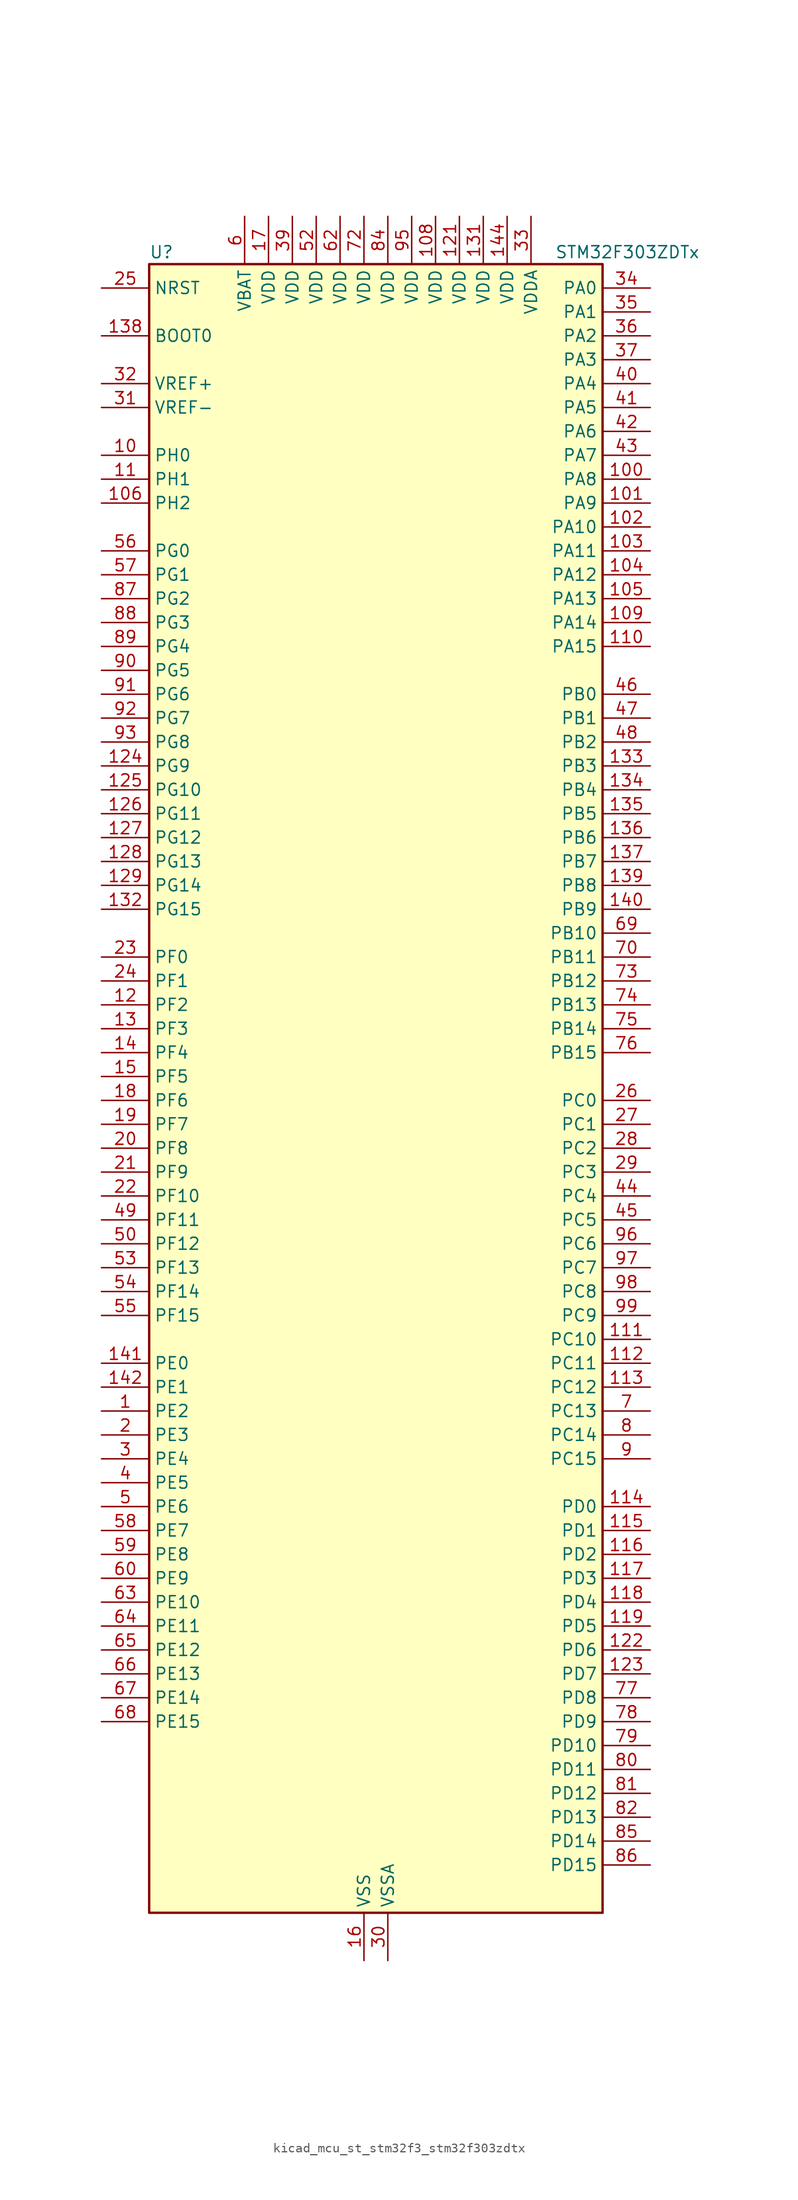
<source format=kicad_sym>
(kicad_symbol_lib
  (version 20220914)
  (generator kicad_symbol_editor)
  (symbol "kicad_mcu_st_stm32f3_stm32f303zdtx"
    (property "Reference" "U"
      (at -22.86 90.17 0)
      (effects (font (size 1.27 1.27)) (justify left)))
    (property "Value" "STM32F303ZDTx"
      (at 20.32 90.17 0)
      (effects (font (size 1.27 1.27)) (justify left)))
    (property "ki_locked" ""
      (at 0 0 0)
      (effects (font (size 1.27 1.27))))
    (symbol "kicad_mcu_st_stm32f3_stm32f303zdtx_0_1"
      (rectangle (start -22.86 -86.36) (end 25.4 88.9) (stroke (width 0.254) (type default)) (fill (type background))))
    (symbol "kicad_mcu_st_stm32f3_stm32f303zdtx_1_1"
      (pin bidirectional line (at -27.94 -33.02 0) (length 5.08) (name "PE2" (effects (font (size 1.27 1.27)))) (number "1" (effects (font (size 1.27 1.27)))) (alternate "ADC3_EXTI2" bidirectional line) (alternate "ADC4_EXTI2" bidirectional line) (alternate "FMC_A23" bidirectional line) (alternate "SPI4_SCK" bidirectional line) (alternate "SYS_TRACECK" bidirectional line) (alternate "TIM20_CH1" bidirectional line) (alternate "TIM3_CH1" bidirectional line) (alternate "TSC_G7_IO1" bidirectional line))
      (pin bidirectional line (at -27.94 68.58 0) (length 5.08) (name "PH0" (effects (font (size 1.27 1.27)))) (number "10" (effects (font (size 1.27 1.27)))) (alternate "FMC_A0" bidirectional line) (alternate "TIM20_CH1" bidirectional line))
      (pin bidirectional line (at 30.48 66.04 180) (length 5.08) (name "PA8" (effects (font (size 1.27 1.27)))) (number "100" (effects (font (size 1.27 1.27)))) (alternate "COMP3_OUT" bidirectional line) (alternate "I2C2_SMBA" bidirectional line) (alternate "I2C3_SCL" bidirectional line) (alternate "I2S2_MCK" bidirectional line) (alternate "RCC_MCO" bidirectional line) (alternate "TIM1_CH1" bidirectional line) (alternate "TIM4_ETR" bidirectional line) (alternate "USART1_CK" bidirectional line))
      (pin bidirectional line (at 30.48 63.5 180) (length 5.08) (name "PA9" (effects (font (size 1.27 1.27)))) (number "101" (effects (font (size 1.27 1.27)))) (alternate "COMP5_OUT" bidirectional line) (alternate "DAC1_EXTI9" bidirectional line) (alternate "I2C2_SCL" bidirectional line) (alternate "I2C3_SMBA" bidirectional line) (alternate "I2S3_MCK" bidirectional line) (alternate "TIM15_BKIN" bidirectional line) (alternate "TIM1_CH2" bidirectional line) (alternate "TIM2_CH3" bidirectional line) (alternate "TSC_G4_IO1" bidirectional line) (alternate "USART1_TX" bidirectional line))
      (pin bidirectional line (at 30.48 60.96 180) (length 5.08) (name "PA10" (effects (font (size 1.27 1.27)))) (number "102" (effects (font (size 1.27 1.27)))) (alternate "COMP6_OUT" bidirectional line) (alternate "I2C2_SDA" bidirectional line) (alternate "I2S2_ext_SD" bidirectional line) (alternate "SPI2_MISO" bidirectional line) (alternate "TIM17_BKIN" bidirectional line) (alternate "TIM1_CH3" bidirectional line) (alternate "TIM2_CH4" bidirectional line) (alternate "TIM8_BKIN" bidirectional line) (alternate "TSC_G4_IO2" bidirectional line) (alternate "USART1_RX" bidirectional line))
      (pin bidirectional line (at 30.48 58.42 180) (length 5.08) (name "PA11" (effects (font (size 1.27 1.27)))) (number "103" (effects (font (size 1.27 1.27)))) (alternate "ADC1_EXTI11" bidirectional line) (alternate "ADC2_EXTI11" bidirectional line) (alternate "CAN_RX" bidirectional line) (alternate "COMP1_OUT" bidirectional line) (alternate "I2S2_SD" bidirectional line) (alternate "SPI2_MOSI" bidirectional line) (alternate "TIM1_BKIN2" bidirectional line) (alternate "TIM1_CH1N" bidirectional line) (alternate "TIM1_CH4" bidirectional line) (alternate "TIM4_CH1" bidirectional line) (alternate "USART1_CTS" bidirectional line) (alternate "USB_DM" bidirectional line))
      (pin bidirectional line (at 30.48 55.88 180) (length 5.08) (name "PA12" (effects (font (size 1.27 1.27)))) (number "104" (effects (font (size 1.27 1.27)))) (alternate "CAN_TX" bidirectional line) (alternate "COMP2_OUT" bidirectional line) (alternate "I2S_CKIN" bidirectional line) (alternate "TIM16_CH1" bidirectional line) (alternate "TIM1_CH2N" bidirectional line) (alternate "TIM1_ETR" bidirectional line) (alternate "TIM4_CH2" bidirectional line) (alternate "USART1_DE" bidirectional line) (alternate "USART1_RTS" bidirectional line) (alternate "USB_DP" bidirectional line))
      (pin bidirectional line (at 30.48 53.34 180) (length 5.08) (name "PA13" (effects (font (size 1.27 1.27)))) (number "105" (effects (font (size 1.27 1.27)))) (alternate "IR_OUT" bidirectional line) (alternate "SYS_JTMS-SWDIO" bidirectional line) (alternate "TIM16_CH1N" bidirectional line) (alternate "TIM4_CH3" bidirectional line) (alternate "TSC_G4_IO3" bidirectional line) (alternate "USART3_CTS" bidirectional line))
      (pin bidirectional line (at -27.94 63.5 0) (length 5.08) (name "PH2" (effects (font (size 1.27 1.27)))) (number "106" (effects (font (size 1.27 1.27)))) (alternate "ADC3_EXTI2" bidirectional line) (alternate "ADC4_EXTI2" bidirectional line))
      (pin passive line (at 0 -91.44 90) (length 5.08) hide (name "VSS" (effects (font (size 1.27 1.27)))) (number "107" (effects (font (size 1.27 1.27)))))
      (pin power_in line (at 7.62 93.98 270) (length 5.08) (name "VDD" (effects (font (size 1.27 1.27)))) (number "108" (effects (font (size 1.27 1.27)))))
      (pin bidirectional line (at 30.48 50.8 180) (length 5.08) (name "PA14" (effects (font (size 1.27 1.27)))) (number "109" (effects (font (size 1.27 1.27)))) (alternate "I2C1_SDA" bidirectional line) (alternate "SYS_JTCK-SWCLK" bidirectional line) (alternate "TIM1_BKIN" bidirectional line) (alternate "TIM8_CH2" bidirectional line) (alternate "TSC_G4_IO4" bidirectional line) (alternate "USART2_TX" bidirectional line))
      (pin bidirectional line (at -27.94 66.04 0) (length 5.08) (name "PH1" (effects (font (size 1.27 1.27)))) (number "11" (effects (font (size 1.27 1.27)))) (alternate "FMC_A1" bidirectional line) (alternate "TIM20_CH2" bidirectional line))
      (pin bidirectional line (at 30.48 48.26 180) (length 5.08) (name "PA15" (effects (font (size 1.27 1.27)))) (number "110" (effects (font (size 1.27 1.27)))) (alternate "ADC1_EXTI15" bidirectional line) (alternate "ADC2_EXTI15" bidirectional line) (alternate "ADC3_EXTI15" bidirectional line) (alternate "ADC4_EXTI15" bidirectional line) (alternate "I2C1_SCL" bidirectional line) (alternate "I2S3_WS" bidirectional line) (alternate "SPI1_NSS" bidirectional line) (alternate "SPI3_NSS" bidirectional line) (alternate "SYS_JTDI" bidirectional line) (alternate "TIM1_BKIN" bidirectional line) (alternate "TIM2_CH1" bidirectional line) (alternate "TIM2_ETR" bidirectional line) (alternate "TIM8_CH1" bidirectional line) (alternate "TSC_SYNC" bidirectional line) (alternate "USART2_RX" bidirectional line))
      (pin bidirectional line (at 30.48 -25.4 180) (length 5.08) (name "PC10" (effects (font (size 1.27 1.27)))) (number "111" (effects (font (size 1.27 1.27)))) (alternate "I2S3_CK" bidirectional line) (alternate "SPI3_SCK" bidirectional line) (alternate "TIM8_CH1N" bidirectional line) (alternate "UART4_TX" bidirectional line) (alternate "USART3_TX" bidirectional line))
      (pin bidirectional line (at 30.48 -27.94 180) (length 5.08) (name "PC11" (effects (font (size 1.27 1.27)))) (number "112" (effects (font (size 1.27 1.27)))) (alternate "ADC1_EXTI11" bidirectional line) (alternate "ADC2_EXTI11" bidirectional line) (alternate "I2S3_ext_SD" bidirectional line) (alternate "SPI3_MISO" bidirectional line) (alternate "TIM8_CH2N" bidirectional line) (alternate "UART4_RX" bidirectional line) (alternate "USART3_RX" bidirectional line))
      (pin bidirectional line (at 30.48 -30.48 180) (length 5.08) (name "PC12" (effects (font (size 1.27 1.27)))) (number "113" (effects (font (size 1.27 1.27)))) (alternate "I2S3_SD" bidirectional line) (alternate "SPI3_MOSI" bidirectional line) (alternate "TIM8_CH3N" bidirectional line) (alternate "UART5_TX" bidirectional line) (alternate "USART3_CK" bidirectional line))
      (pin bidirectional line (at 30.48 -43.18 180) (length 5.08) (name "PD0" (effects (font (size 1.27 1.27)))) (number "114" (effects (font (size 1.27 1.27)))) (alternate "CAN_RX" bidirectional line) (alternate "FMC_D2" bidirectional line) (alternate "FMC_DA2" bidirectional line))
      (pin bidirectional line (at 30.48 -45.72 180) (length 5.08) (name "PD1" (effects (font (size 1.27 1.27)))) (number "115" (effects (font (size 1.27 1.27)))) (alternate "CAN_TX" bidirectional line) (alternate "FMC_D3" bidirectional line) (alternate "FMC_DA3" bidirectional line) (alternate "TIM8_BKIN2" bidirectional line) (alternate "TIM8_CH4" bidirectional line))
      (pin bidirectional line (at 30.48 -48.26 180) (length 5.08) (name "PD2" (effects (font (size 1.27 1.27)))) (number "116" (effects (font (size 1.27 1.27)))) (alternate "ADC3_EXTI2" bidirectional line) (alternate "ADC4_EXTI2" bidirectional line) (alternate "TIM3_ETR" bidirectional line) (alternate "TIM8_BKIN" bidirectional line) (alternate "UART5_RX" bidirectional line))
      (pin bidirectional line (at 30.48 -50.8 180) (length 5.08) (name "PD3" (effects (font (size 1.27 1.27)))) (number "117" (effects (font (size 1.27 1.27)))) (alternate "FMC_CLK" bidirectional line) (alternate "TIM2_CH1" bidirectional line) (alternate "TIM2_ETR" bidirectional line) (alternate "USART2_CTS" bidirectional line))
      (pin bidirectional line (at 30.48 -53.34 180) (length 5.08) (name "PD4" (effects (font (size 1.27 1.27)))) (number "118" (effects (font (size 1.27 1.27)))) (alternate "FMC_NOE" bidirectional line) (alternate "TIM2_CH2" bidirectional line) (alternate "USART2_DE" bidirectional line) (alternate "USART2_RTS" bidirectional line))
      (pin bidirectional line (at 30.48 -55.88 180) (length 5.08) (name "PD5" (effects (font (size 1.27 1.27)))) (number "119" (effects (font (size 1.27 1.27)))) (alternate "FMC_NWE" bidirectional line) (alternate "USART2_TX" bidirectional line))
      (pin bidirectional line (at -27.94 10.16 0) (length 5.08) (name "PF2" (effects (font (size 1.27 1.27)))) (number "12" (effects (font (size 1.27 1.27)))) (alternate "ADC1_IN10" bidirectional line) (alternate "ADC2_IN10" bidirectional line) (alternate "ADC3_EXTI2" bidirectional line) (alternate "ADC4_EXTI2" bidirectional line) (alternate "FMC_A2" bidirectional line) (alternate "TIM20_CH3" bidirectional line))
      (pin passive line (at 0 -91.44 90) (length 5.08) hide (name "VSS" (effects (font (size 1.27 1.27)))) (number "120" (effects (font (size 1.27 1.27)))))
      (pin power_in line (at 10.16 93.98 270) (length 5.08) (name "VDD" (effects (font (size 1.27 1.27)))) (number "121" (effects (font (size 1.27 1.27)))))
      (pin bidirectional line (at 30.48 -58.42 180) (length 5.08) (name "PD6" (effects (font (size 1.27 1.27)))) (number "122" (effects (font (size 1.27 1.27)))) (alternate "FMC_NWAIT" bidirectional line) (alternate "TIM2_CH4" bidirectional line) (alternate "USART2_RX" bidirectional line))
      (pin bidirectional line (at 30.48 -60.96 180) (length 5.08) (name "PD7" (effects (font (size 1.27 1.27)))) (number "123" (effects (font (size 1.27 1.27)))) (alternate "FMC_NCE2" bidirectional line) (alternate "FMC_NE1" bidirectional line) (alternate "TIM2_CH3" bidirectional line) (alternate "USART2_CK" bidirectional line))
      (pin bidirectional line (at -27.94 35.56 0) (length 5.08) (name "PG9" (effects (font (size 1.27 1.27)))) (number "124" (effects (font (size 1.27 1.27)))) (alternate "DAC1_EXTI9" bidirectional line) (alternate "FMC_NCE3" bidirectional line) (alternate "FMC_NE2" bidirectional line))
      (pin bidirectional line (at -27.94 33.02 0) (length 5.08) (name "PG10" (effects (font (size 1.27 1.27)))) (number "125" (effects (font (size 1.27 1.27)))) (alternate "FMC_NCE4_1" bidirectional line) (alternate "FMC_NE3" bidirectional line))
      (pin bidirectional line (at -27.94 30.48 0) (length 5.08) (name "PG11" (effects (font (size 1.27 1.27)))) (number "126" (effects (font (size 1.27 1.27)))) (alternate "ADC1_EXTI11" bidirectional line) (alternate "ADC2_EXTI11" bidirectional line) (alternate "FMC_NCE4_2" bidirectional line))
      (pin bidirectional line (at -27.94 27.94 0) (length 5.08) (name "PG12" (effects (font (size 1.27 1.27)))) (number "127" (effects (font (size 1.27 1.27)))) (alternate "FMC_NE4" bidirectional line))
      (pin bidirectional line (at -27.94 25.4 0) (length 5.08) (name "PG13" (effects (font (size 1.27 1.27)))) (number "128" (effects (font (size 1.27 1.27)))) (alternate "FMC_A24" bidirectional line))
      (pin bidirectional line (at -27.94 22.86 0) (length 5.08) (name "PG14" (effects (font (size 1.27 1.27)))) (number "129" (effects (font (size 1.27 1.27)))) (alternate "FMC_A25" bidirectional line))
      (pin bidirectional line (at -27.94 7.62 0) (length 5.08) (name "PF3" (effects (font (size 1.27 1.27)))) (number "13" (effects (font (size 1.27 1.27)))) (alternate "FMC_A3" bidirectional line) (alternate "TIM20_CH4" bidirectional line))
      (pin passive line (at 0 -91.44 90) (length 5.08) hide (name "VSS" (effects (font (size 1.27 1.27)))) (number "130" (effects (font (size 1.27 1.27)))))
      (pin power_in line (at 12.7 93.98 270) (length 5.08) (name "VDD" (effects (font (size 1.27 1.27)))) (number "131" (effects (font (size 1.27 1.27)))))
      (pin bidirectional line (at -27.94 20.32 0) (length 5.08) (name "PG15" (effects (font (size 1.27 1.27)))) (number "132" (effects (font (size 1.27 1.27)))) (alternate "ADC1_EXTI15" bidirectional line) (alternate "ADC2_EXTI15" bidirectional line) (alternate "ADC3_EXTI15" bidirectional line) (alternate "ADC4_EXTI15" bidirectional line))
      (pin bidirectional line (at 30.48 35.56 180) (length 5.08) (name "PB3" (effects (font (size 1.27 1.27)))) (number "133" (effects (font (size 1.27 1.27)))) (alternate "I2S3_CK" bidirectional line) (alternate "SPI1_SCK" bidirectional line) (alternate "SPI3_SCK" bidirectional line) (alternate "SYS_JTDO-TRACESWO" bidirectional line) (alternate "TIM2_CH2" bidirectional line) (alternate "TIM3_ETR" bidirectional line) (alternate "TIM4_ETR" bidirectional line) (alternate "TIM8_CH1N" bidirectional line) (alternate "TSC_G5_IO1" bidirectional line) (alternate "USART2_TX" bidirectional line))
      (pin bidirectional line (at 30.48 33.02 180) (length 5.08) (name "PB4" (effects (font (size 1.27 1.27)))) (number "134" (effects (font (size 1.27 1.27)))) (alternate "I2S3_ext_SD" bidirectional line) (alternate "SPI1_MISO" bidirectional line) (alternate "SPI3_MISO" bidirectional line) (alternate "SYS_NJTRST" bidirectional line) (alternate "TIM16_CH1" bidirectional line) (alternate "TIM17_BKIN" bidirectional line) (alternate "TIM3_CH1" bidirectional line) (alternate "TIM8_CH2N" bidirectional line) (alternate "TSC_G5_IO2" bidirectional line) (alternate "USART2_RX" bidirectional line))
      (pin bidirectional line (at 30.48 30.48 180) (length 5.08) (name "PB5" (effects (font (size 1.27 1.27)))) (number "135" (effects (font (size 1.27 1.27)))) (alternate "I2C1_SMBA" bidirectional line) (alternate "I2C3_SDA" bidirectional line) (alternate "I2S3_SD" bidirectional line) (alternate "SPI1_MOSI" bidirectional line) (alternate "SPI3_MOSI" bidirectional line) (alternate "TIM16_BKIN" bidirectional line) (alternate "TIM17_CH1" bidirectional line) (alternate "TIM3_CH2" bidirectional line) (alternate "TIM8_CH3N" bidirectional line) (alternate "USART2_CK" bidirectional line))
      (pin bidirectional line (at 30.48 27.94 180) (length 5.08) (name "PB6" (effects (font (size 1.27 1.27)))) (number "136" (effects (font (size 1.27 1.27)))) (alternate "I2C1_SCL" bidirectional line) (alternate "TIM16_CH1N" bidirectional line) (alternate "TIM4_CH1" bidirectional line) (alternate "TIM8_BKIN2" bidirectional line) (alternate "TIM8_CH1" bidirectional line) (alternate "TIM8_ETR" bidirectional line) (alternate "TSC_G5_IO3" bidirectional line) (alternate "USART1_TX" bidirectional line))
      (pin bidirectional line (at 30.48 25.4 180) (length 5.08) (name "PB7" (effects (font (size 1.27 1.27)))) (number "137" (effects (font (size 1.27 1.27)))) (alternate "FMC_NL" bidirectional line) (alternate "I2C1_SDA" bidirectional line) (alternate "TIM17_CH1N" bidirectional line) (alternate "TIM3_CH4" bidirectional line) (alternate "TIM4_CH2" bidirectional line) (alternate "TIM8_BKIN" bidirectional line) (alternate "TSC_G5_IO4" bidirectional line) (alternate "USART1_RX" bidirectional line))
      (pin input line (at -27.94 81.28 0) (length 5.08) (name "BOOT0" (effects (font (size 1.27 1.27)))) (number "138" (effects (font (size 1.27 1.27)))))
      (pin bidirectional line (at 30.48 22.86 180) (length 5.08) (name "PB8" (effects (font (size 1.27 1.27)))) (number "139" (effects (font (size 1.27 1.27)))) (alternate "CAN_RX" bidirectional line) (alternate "COMP1_OUT" bidirectional line) (alternate "I2C1_SCL" bidirectional line) (alternate "TIM16_CH1" bidirectional line) (alternate "TIM1_BKIN" bidirectional line) (alternate "TIM4_CH3" bidirectional line) (alternate "TIM8_CH2" bidirectional line) (alternate "TSC_SYNC" bidirectional line) (alternate "USART3_RX" bidirectional line))
      (pin bidirectional line (at -27.94 5.08 0) (length 5.08) (name "PF4" (effects (font (size 1.27 1.27)))) (number "14" (effects (font (size 1.27 1.27)))) (alternate "ADC1_IN5" bidirectional line) (alternate "COMP1_OUT" bidirectional line) (alternate "FMC_A4" bidirectional line) (alternate "TIM20_CH1N" bidirectional line))
      (pin bidirectional line (at 30.48 20.32 180) (length 5.08) (name "PB9" (effects (font (size 1.27 1.27)))) (number "140" (effects (font (size 1.27 1.27)))) (alternate "CAN_TX" bidirectional line) (alternate "COMP2_OUT" bidirectional line) (alternate "DAC1_EXTI9" bidirectional line) (alternate "I2C1_SDA" bidirectional line) (alternate "IR_OUT" bidirectional line) (alternate "TIM17_CH1" bidirectional line) (alternate "TIM4_CH4" bidirectional line) (alternate "TIM8_CH3" bidirectional line) (alternate "USART3_TX" bidirectional line))
      (pin bidirectional line (at -27.94 -27.94 0) (length 5.08) (name "PE0" (effects (font (size 1.27 1.27)))) (number "141" (effects (font (size 1.27 1.27)))) (alternate "FMC_NBL0" bidirectional line) (alternate "TIM16_CH1" bidirectional line) (alternate "TIM20_ETR" bidirectional line) (alternate "TIM4_ETR" bidirectional line) (alternate "USART1_TX" bidirectional line))
      (pin bidirectional line (at -27.94 -30.48 0) (length 5.08) (name "PE1" (effects (font (size 1.27 1.27)))) (number "142" (effects (font (size 1.27 1.27)))) (alternate "FMC_NBL1" bidirectional line) (alternate "TIM17_CH1" bidirectional line) (alternate "TIM20_CH4" bidirectional line) (alternate "USART1_RX" bidirectional line))
      (pin passive line (at 0 -91.44 90) (length 5.08) hide (name "VSS" (effects (font (size 1.27 1.27)))) (number "143" (effects (font (size 1.27 1.27)))))
      (pin power_in line (at 15.24 93.98 270) (length 5.08) (name "VDD" (effects (font (size 1.27 1.27)))) (number "144" (effects (font (size 1.27 1.27)))))
      (pin bidirectional line (at -27.94 2.54 0) (length 5.08) (name "PF5" (effects (font (size 1.27 1.27)))) (number "15" (effects (font (size 1.27 1.27)))) (alternate "FMC_A5" bidirectional line) (alternate "TIM20_CH2N" bidirectional line))
      (pin power_in line (at 0 -91.44 90) (length 5.08) (name "VSS" (effects (font (size 1.27 1.27)))) (number "16" (effects (font (size 1.27 1.27)))))
      (pin power_in line (at -10.16 93.98 270) (length 5.08) (name "VDD" (effects (font (size 1.27 1.27)))) (number "17" (effects (font (size 1.27 1.27)))))
      (pin bidirectional line (at -27.94 0 0) (length 5.08) (name "PF6" (effects (font (size 1.27 1.27)))) (number "18" (effects (font (size 1.27 1.27)))) (alternate "FMC_NIORD" bidirectional line) (alternate "I2C2_SCL" bidirectional line) (alternate "TIM4_CH4" bidirectional line) (alternate "USART3_DE" bidirectional line) (alternate "USART3_RTS" bidirectional line))
      (pin bidirectional line (at -27.94 -2.54 0) (length 5.08) (name "PF7" (effects (font (size 1.27 1.27)))) (number "19" (effects (font (size 1.27 1.27)))) (alternate "FMC_NREG" bidirectional line) (alternate "TIM20_BKIN" bidirectional line))
      (pin bidirectional line (at -27.94 -35.56 0) (length 5.08) (name "PE3" (effects (font (size 1.27 1.27)))) (number "2" (effects (font (size 1.27 1.27)))) (alternate "FMC_A19" bidirectional line) (alternate "SPI4_NSS" bidirectional line) (alternate "SYS_TRACED0" bidirectional line) (alternate "TIM20_CH2" bidirectional line) (alternate "TIM3_CH2" bidirectional line) (alternate "TSC_G7_IO2" bidirectional line))
      (pin bidirectional line (at -27.94 -5.08 0) (length 5.08) (name "PF8" (effects (font (size 1.27 1.27)))) (number "20" (effects (font (size 1.27 1.27)))) (alternate "FMC_NIOWR" bidirectional line) (alternate "TIM20_BKIN2" bidirectional line))
      (pin bidirectional line (at -27.94 -7.62 0) (length 5.08) (name "PF9" (effects (font (size 1.27 1.27)))) (number "21" (effects (font (size 1.27 1.27)))) (alternate "DAC1_EXTI9" bidirectional line) (alternate "FMC_CD" bidirectional line) (alternate "SPI2_SCK" bidirectional line) (alternate "TIM15_CH1" bidirectional line) (alternate "TIM20_BKIN" bidirectional line))
      (pin bidirectional line (at -27.94 -10.16 0) (length 5.08) (name "PF10" (effects (font (size 1.27 1.27)))) (number "22" (effects (font (size 1.27 1.27)))) (alternate "FMC_INTR" bidirectional line) (alternate "SPI2_SCK" bidirectional line) (alternate "TIM15_CH2" bidirectional line) (alternate "TIM20_BKIN2" bidirectional line))
      (pin bidirectional line (at -27.94 15.24 0) (length 5.08) (name "PF0" (effects (font (size 1.27 1.27)))) (number "23" (effects (font (size 1.27 1.27)))) (alternate "I2C2_SDA" bidirectional line) (alternate "I2S2_WS" bidirectional line) (alternate "RCC_OSC_IN" bidirectional line) (alternate "SPI2_NSS" bidirectional line) (alternate "TIM1_CH3N" bidirectional line))
      (pin bidirectional line (at -27.94 12.7 0) (length 5.08) (name "PF1" (effects (font (size 1.27 1.27)))) (number "24" (effects (font (size 1.27 1.27)))) (alternate "I2C2_SCL" bidirectional line) (alternate "I2S2_CK" bidirectional line) (alternate "RCC_OSC_OUT" bidirectional line) (alternate "SPI2_SCK" bidirectional line))
      (pin input line (at -27.94 86.36 0) (length 5.08) (name "NRST" (effects (font (size 1.27 1.27)))) (number "25" (effects (font (size 1.27 1.27)))))
      (pin bidirectional line (at 30.48 0 180) (length 5.08) (name "PC0" (effects (font (size 1.27 1.27)))) (number "26" (effects (font (size 1.27 1.27)))) (alternate "ADC1_IN6" bidirectional line) (alternate "ADC2_IN6" bidirectional line) (alternate "COMP7_INM" bidirectional line) (alternate "TIM1_CH1" bidirectional line))
      (pin bidirectional line (at 30.48 -2.54 180) (length 5.08) (name "PC1" (effects (font (size 1.27 1.27)))) (number "27" (effects (font (size 1.27 1.27)))) (alternate "ADC1_IN7" bidirectional line) (alternate "ADC2_IN7" bidirectional line) (alternate "COMP7_INP" bidirectional line) (alternate "TIM1_CH2" bidirectional line))
      (pin bidirectional line (at 30.48 -5.08 180) (length 5.08) (name "PC2" (effects (font (size 1.27 1.27)))) (number "28" (effects (font (size 1.27 1.27)))) (alternate "ADC1_IN8" bidirectional line) (alternate "ADC2_IN8" bidirectional line) (alternate "ADC3_EXTI2" bidirectional line) (alternate "ADC4_EXTI2" bidirectional line) (alternate "COMP7_OUT" bidirectional line) (alternate "TIM1_CH3" bidirectional line))
      (pin bidirectional line (at 30.48 -7.62 180) (length 5.08) (name "PC3" (effects (font (size 1.27 1.27)))) (number "29" (effects (font (size 1.27 1.27)))) (alternate "ADC1_IN9" bidirectional line) (alternate "ADC2_IN9" bidirectional line) (alternate "TIM1_BKIN2" bidirectional line) (alternate "TIM1_CH4" bidirectional line))
      (pin bidirectional line (at -27.94 -38.1 0) (length 5.08) (name "PE4" (effects (font (size 1.27 1.27)))) (number "3" (effects (font (size 1.27 1.27)))) (alternate "FMC_A20" bidirectional line) (alternate "SPI4_NSS" bidirectional line) (alternate "SYS_TRACED1" bidirectional line) (alternate "TIM20_CH1N" bidirectional line) (alternate "TIM3_CH3" bidirectional line) (alternate "TSC_G7_IO3" bidirectional line))
      (pin power_in line (at 2.54 -91.44 90) (length 5.08) (name "VSSA" (effects (font (size 1.27 1.27)))) (number "30" (effects (font (size 1.27 1.27)))))
      (pin input line (at -27.94 73.66 0) (length 5.08) (name "VREF-" (effects (font (size 1.27 1.27)))) (number "31" (effects (font (size 1.27 1.27)))))
      (pin input line (at -27.94 76.2 0) (length 5.08) (name "VREF+" (effects (font (size 1.27 1.27)))) (number "32" (effects (font (size 1.27 1.27)))))
      (pin power_in line (at 17.78 93.98 270) (length 5.08) (name "VDDA" (effects (font (size 1.27 1.27)))) (number "33" (effects (font (size 1.27 1.27)))))
      (pin bidirectional line (at 30.48 86.36 180) (length 5.08) (name "PA0" (effects (font (size 1.27 1.27)))) (number "34" (effects (font (size 1.27 1.27)))) (alternate "ADC1_IN1" bidirectional line) (alternate "COMP1_INM" bidirectional line) (alternate "COMP1_OUT" bidirectional line) (alternate "RTC_TAMP2" bidirectional line) (alternate "SYS_WKUP1" bidirectional line) (alternate "TIM2_CH1" bidirectional line) (alternate "TIM2_ETR" bidirectional line) (alternate "TIM8_BKIN" bidirectional line) (alternate "TIM8_ETR" bidirectional line) (alternate "TSC_G1_IO1" bidirectional line) (alternate "USART2_CTS" bidirectional line))
      (pin bidirectional line (at 30.48 83.82 180) (length 5.08) (name "PA1" (effects (font (size 1.27 1.27)))) (number "35" (effects (font (size 1.27 1.27)))) (alternate "ADC1_IN2" bidirectional line) (alternate "COMP1_INP" bidirectional line) (alternate "OPAMP1_VINP" bidirectional line) (alternate "OPAMP1_VINP_SEC" bidirectional line) (alternate "OPAMP3_VINP" bidirectional line) (alternate "OPAMP3_VINP_SEC" bidirectional line) (alternate "RTC_REFIN" bidirectional line) (alternate "TIM15_CH1N" bidirectional line) (alternate "TIM2_CH2" bidirectional line) (alternate "TSC_G1_IO2" bidirectional line) (alternate "USART2_DE" bidirectional line) (alternate "USART2_RTS" bidirectional line))
      (pin bidirectional line (at 30.48 81.28 180) (length 5.08) (name "PA2" (effects (font (size 1.27 1.27)))) (number "36" (effects (font (size 1.27 1.27)))) (alternate "ADC1_IN3" bidirectional line) (alternate "ADC3_EXTI2" bidirectional line) (alternate "ADC4_EXTI2" bidirectional line) (alternate "COMP2_INM" bidirectional line) (alternate "COMP2_OUT" bidirectional line) (alternate "OPAMP1_VOUT" bidirectional line) (alternate "TIM15_CH1" bidirectional line) (alternate "TIM2_CH3" bidirectional line) (alternate "TSC_G1_IO3" bidirectional line) (alternate "USART2_TX" bidirectional line))
      (pin bidirectional line (at 30.48 78.74 180) (length 5.08) (name "PA3" (effects (font (size 1.27 1.27)))) (number "37" (effects (font (size 1.27 1.27)))) (alternate "ADC1_IN4" bidirectional line) (alternate "OPAMP1_VINM" bidirectional line) (alternate "OPAMP1_VINM_SEC" bidirectional line) (alternate "OPAMP1_VINP" bidirectional line) (alternate "OPAMP1_VINP_SEC" bidirectional line) (alternate "TIM15_CH2" bidirectional line) (alternate "TIM2_CH4" bidirectional line) (alternate "TSC_G1_IO4" bidirectional line) (alternate "USART2_RX" bidirectional line))
      (pin passive line (at 0 -91.44 90) (length 5.08) hide (name "VSS" (effects (font (size 1.27 1.27)))) (number "38" (effects (font (size 1.27 1.27)))))
      (pin power_in line (at -7.62 93.98 270) (length 5.08) (name "VDD" (effects (font (size 1.27 1.27)))) (number "39" (effects (font (size 1.27 1.27)))))
      (pin bidirectional line (at -27.94 -40.64 0) (length 5.08) (name "PE5" (effects (font (size 1.27 1.27)))) (number "4" (effects (font (size 1.27 1.27)))) (alternate "FMC_A21" bidirectional line) (alternate "SPI4_MISO" bidirectional line) (alternate "SYS_TRACED2" bidirectional line) (alternate "TIM20_CH2N" bidirectional line) (alternate "TIM3_CH4" bidirectional line) (alternate "TSC_G7_IO4" bidirectional line))
      (pin bidirectional line (at 30.48 76.2 180) (length 5.08) (name "PA4" (effects (font (size 1.27 1.27)))) (number "40" (effects (font (size 1.27 1.27)))) (alternate "ADC2_IN1" bidirectional line) (alternate "COMP1_INM" bidirectional line) (alternate "COMP2_INM" bidirectional line) (alternate "COMP3_INM" bidirectional line) (alternate "COMP4_INM" bidirectional line) (alternate "COMP5_INM" bidirectional line) (alternate "COMP6_INM" bidirectional line) (alternate "COMP7_INM" bidirectional line) (alternate "DAC1_OUT1" bidirectional line) (alternate "I2S3_WS" bidirectional line) (alternate "OPAMP4_VINP" bidirectional line) (alternate "OPAMP4_VINP_SEC" bidirectional line) (alternate "SPI1_NSS" bidirectional line) (alternate "SPI3_NSS" bidirectional line) (alternate "TIM3_CH2" bidirectional line) (alternate "TSC_G2_IO1" bidirectional line) (alternate "USART2_CK" bidirectional line))
      (pin bidirectional line (at 30.48 73.66 180) (length 5.08) (name "PA5" (effects (font (size 1.27 1.27)))) (number "41" (effects (font (size 1.27 1.27)))) (alternate "ADC2_IN2" bidirectional line) (alternate "COMP1_INM" bidirectional line) (alternate "COMP2_INM" bidirectional line) (alternate "COMP3_INM" bidirectional line) (alternate "COMP4_INM" bidirectional line) (alternate "COMP5_INM" bidirectional line) (alternate "COMP6_INM" bidirectional line) (alternate "COMP7_INM" bidirectional line) (alternate "DAC1_OUT2" bidirectional line) (alternate "OPAMP1_VINP" bidirectional line) (alternate "OPAMP1_VINP_SEC" bidirectional line) (alternate "OPAMP2_VINM" bidirectional line) (alternate "OPAMP2_VINM_SEC" bidirectional line) (alternate "OPAMP3_VINP" bidirectional line) (alternate "OPAMP3_VINP_SEC" bidirectional line) (alternate "SPI1_SCK" bidirectional line) (alternate "TIM2_CH1" bidirectional line) (alternate "TIM2_ETR" bidirectional line) (alternate "TSC_G2_IO2" bidirectional line))
      (pin bidirectional line (at 30.48 71.12 180) (length 5.08) (name "PA6" (effects (font (size 1.27 1.27)))) (number "42" (effects (font (size 1.27 1.27)))) (alternate "ADC2_IN3" bidirectional line) (alternate "COMP1_OUT" bidirectional line) (alternate "OPAMP2_VOUT" bidirectional line) (alternate "SPI1_MISO" bidirectional line) (alternate "TIM16_CH1" bidirectional line) (alternate "TIM1_BKIN" bidirectional line) (alternate "TIM3_CH1" bidirectional line) (alternate "TIM8_BKIN" bidirectional line) (alternate "TSC_G2_IO3" bidirectional line))
      (pin bidirectional line (at 30.48 68.58 180) (length 5.08) (name "PA7" (effects (font (size 1.27 1.27)))) (number "43" (effects (font (size 1.27 1.27)))) (alternate "ADC2_IN4" bidirectional line) (alternate "COMP2_INP" bidirectional line) (alternate "OPAMP1_VINP" bidirectional line) (alternate "OPAMP1_VINP_SEC" bidirectional line) (alternate "OPAMP2_VINP" bidirectional line) (alternate "OPAMP2_VINP_SEC" bidirectional line) (alternate "SPI1_MOSI" bidirectional line) (alternate "TIM17_CH1" bidirectional line) (alternate "TIM1_CH1N" bidirectional line) (alternate "TIM3_CH2" bidirectional line) (alternate "TIM8_CH1N" bidirectional line) (alternate "TSC_G2_IO4" bidirectional line))
      (pin bidirectional line (at 30.48 -10.16 180) (length 5.08) (name "PC4" (effects (font (size 1.27 1.27)))) (number "44" (effects (font (size 1.27 1.27)))) (alternate "ADC2_IN5" bidirectional line) (alternate "TIM1_ETR" bidirectional line) (alternate "USART1_TX" bidirectional line))
      (pin bidirectional line (at 30.48 -12.7 180) (length 5.08) (name "PC5" (effects (font (size 1.27 1.27)))) (number "45" (effects (font (size 1.27 1.27)))) (alternate "ADC2_IN11" bidirectional line) (alternate "OPAMP1_VINM" bidirectional line) (alternate "OPAMP1_VINM_SEC" bidirectional line) (alternate "OPAMP2_VINM" bidirectional line) (alternate "OPAMP2_VINM_SEC" bidirectional line) (alternate "TIM15_BKIN" bidirectional line) (alternate "TSC_G3_IO1" bidirectional line) (alternate "USART1_RX" bidirectional line))
      (pin bidirectional line (at 30.48 43.18 180) (length 5.08) (name "PB0" (effects (font (size 1.27 1.27)))) (number "46" (effects (font (size 1.27 1.27)))) (alternate "ADC3_IN12" bidirectional line) (alternate "COMP4_INP" bidirectional line) (alternate "OPAMP2_VINP" bidirectional line) (alternate "OPAMP2_VINP_SEC" bidirectional line) (alternate "OPAMP3_VINP" bidirectional line) (alternate "OPAMP3_VINP_SEC" bidirectional line) (alternate "TIM1_CH2N" bidirectional line) (alternate "TIM3_CH3" bidirectional line) (alternate "TIM8_CH2N" bidirectional line) (alternate "TSC_G3_IO2" bidirectional line))
      (pin bidirectional line (at 30.48 40.64 180) (length 5.08) (name "PB1" (effects (font (size 1.27 1.27)))) (number "47" (effects (font (size 1.27 1.27)))) (alternate "ADC3_IN1" bidirectional line) (alternate "COMP4_OUT" bidirectional line) (alternate "OPAMP3_VOUT" bidirectional line) (alternate "TIM1_CH3N" bidirectional line) (alternate "TIM3_CH4" bidirectional line) (alternate "TIM8_CH3N" bidirectional line) (alternate "TSC_G3_IO3" bidirectional line))
      (pin bidirectional line (at 30.48 38.1 180) (length 5.08) (name "PB2" (effects (font (size 1.27 1.27)))) (number "48" (effects (font (size 1.27 1.27)))) (alternate "ADC2_IN12" bidirectional line) (alternate "ADC3_EXTI2" bidirectional line) (alternate "ADC4_EXTI2" bidirectional line) (alternate "COMP4_INM" bidirectional line) (alternate "OPAMP3_VINM" bidirectional line) (alternate "OPAMP3_VINM_SEC" bidirectional line) (alternate "TSC_G3_IO4" bidirectional line))
      (pin bidirectional line (at -27.94 -12.7 0) (length 5.08) (name "PF11" (effects (font (size 1.27 1.27)))) (number "49" (effects (font (size 1.27 1.27)))) (alternate "ADC1_EXTI11" bidirectional line) (alternate "ADC2_EXTI11" bidirectional line) (alternate "TIM20_ETR" bidirectional line))
      (pin bidirectional line (at -27.94 -43.18 0) (length 5.08) (name "PE6" (effects (font (size 1.27 1.27)))) (number "5" (effects (font (size 1.27 1.27)))) (alternate "FMC_A22" bidirectional line) (alternate "RTC_TAMP3" bidirectional line) (alternate "SPI4_MOSI" bidirectional line) (alternate "SYS_TRACED3" bidirectional line) (alternate "SYS_WKUP3" bidirectional line) (alternate "TIM20_CH3N" bidirectional line))
      (pin bidirectional line (at -27.94 -15.24 0) (length 5.08) (name "PF12" (effects (font (size 1.27 1.27)))) (number "50" (effects (font (size 1.27 1.27)))) (alternate "FMC_A6" bidirectional line) (alternate "TIM20_CH1" bidirectional line))
      (pin passive line (at 0 -91.44 90) (length 5.08) hide (name "VSS" (effects (font (size 1.27 1.27)))) (number "51" (effects (font (size 1.27 1.27)))))
      (pin power_in line (at -5.08 93.98 270) (length 5.08) (name "VDD" (effects (font (size 1.27 1.27)))) (number "52" (effects (font (size 1.27 1.27)))))
      (pin bidirectional line (at -27.94 -17.78 0) (length 5.08) (name "PF13" (effects (font (size 1.27 1.27)))) (number "53" (effects (font (size 1.27 1.27)))) (alternate "FMC_A7" bidirectional line) (alternate "TIM20_CH2" bidirectional line))
      (pin bidirectional line (at -27.94 -20.32 0) (length 5.08) (name "PF14" (effects (font (size 1.27 1.27)))) (number "54" (effects (font (size 1.27 1.27)))) (alternate "FMC_A8" bidirectional line) (alternate "TIM20_CH3" bidirectional line))
      (pin bidirectional line (at -27.94 -22.86 0) (length 5.08) (name "PF15" (effects (font (size 1.27 1.27)))) (number "55" (effects (font (size 1.27 1.27)))) (alternate "ADC1_EXTI15" bidirectional line) (alternate "ADC2_EXTI15" bidirectional line) (alternate "ADC3_EXTI15" bidirectional line) (alternate "ADC4_EXTI15" bidirectional line) (alternate "FMC_A9" bidirectional line) (alternate "TIM20_CH4" bidirectional line))
      (pin bidirectional line (at -27.94 58.42 0) (length 5.08) (name "PG0" (effects (font (size 1.27 1.27)))) (number "56" (effects (font (size 1.27 1.27)))) (alternate "FMC_A10" bidirectional line) (alternate "TIM20_CH1N" bidirectional line))
      (pin bidirectional line (at -27.94 55.88 0) (length 5.08) (name "PG1" (effects (font (size 1.27 1.27)))) (number "57" (effects (font (size 1.27 1.27)))) (alternate "FMC_A11" bidirectional line) (alternate "TIM20_CH2N" bidirectional line))
      (pin bidirectional line (at -27.94 -45.72 0) (length 5.08) (name "PE7" (effects (font (size 1.27 1.27)))) (number "58" (effects (font (size 1.27 1.27)))) (alternate "ADC3_IN13" bidirectional line) (alternate "FMC_D4" bidirectional line) (alternate "FMC_DA4" bidirectional line) (alternate "TIM1_ETR" bidirectional line))
      (pin bidirectional line (at -27.94 -48.26 0) (length 5.08) (name "PE8" (effects (font (size 1.27 1.27)))) (number "59" (effects (font (size 1.27 1.27)))) (alternate "ADC3_IN6" bidirectional line) (alternate "ADC4_IN6" bidirectional line) (alternate "COMP4_INM" bidirectional line) (alternate "FMC_D5" bidirectional line) (alternate "FMC_DA5" bidirectional line) (alternate "TIM1_CH1N" bidirectional line))
      (pin power_in line (at -12.7 93.98 270) (length 5.08) (name "VBAT" (effects (font (size 1.27 1.27)))) (number "6" (effects (font (size 1.27 1.27)))))
      (pin bidirectional line (at -27.94 -50.8 0) (length 5.08) (name "PE9" (effects (font (size 1.27 1.27)))) (number "60" (effects (font (size 1.27 1.27)))) (alternate "ADC3_IN2" bidirectional line) (alternate "DAC1_EXTI9" bidirectional line) (alternate "FMC_D6" bidirectional line) (alternate "FMC_DA6" bidirectional line) (alternate "TIM1_CH1" bidirectional line))
      (pin passive line (at 0 -91.44 90) (length 5.08) hide (name "VSS" (effects (font (size 1.27 1.27)))) (number "61" (effects (font (size 1.27 1.27)))))
      (pin power_in line (at -2.54 93.98 270) (length 5.08) (name "VDD" (effects (font (size 1.27 1.27)))) (number "62" (effects (font (size 1.27 1.27)))))
      (pin bidirectional line (at -27.94 -53.34 0) (length 5.08) (name "PE10" (effects (font (size 1.27 1.27)))) (number "63" (effects (font (size 1.27 1.27)))) (alternate "ADC3_IN14" bidirectional line) (alternate "FMC_D7" bidirectional line) (alternate "FMC_DA7" bidirectional line) (alternate "TIM1_CH2N" bidirectional line))
      (pin bidirectional line (at -27.94 -55.88 0) (length 5.08) (name "PE11" (effects (font (size 1.27 1.27)))) (number "64" (effects (font (size 1.27 1.27)))) (alternate "ADC1_EXTI11" bidirectional line) (alternate "ADC2_EXTI11" bidirectional line) (alternate "ADC3_IN15" bidirectional line) (alternate "FMC_D8" bidirectional line) (alternate "FMC_DA8" bidirectional line) (alternate "SPI4_NSS" bidirectional line) (alternate "TIM1_CH2" bidirectional line))
      (pin bidirectional line (at -27.94 -58.42 0) (length 5.08) (name "PE12" (effects (font (size 1.27 1.27)))) (number "65" (effects (font (size 1.27 1.27)))) (alternate "ADC3_IN16" bidirectional line) (alternate "FMC_D9" bidirectional line) (alternate "FMC_DA9" bidirectional line) (alternate "SPI4_SCK" bidirectional line) (alternate "TIM1_CH3N" bidirectional line))
      (pin bidirectional line (at -27.94 -60.96 0) (length 5.08) (name "PE13" (effects (font (size 1.27 1.27)))) (number "66" (effects (font (size 1.27 1.27)))) (alternate "ADC3_IN3" bidirectional line) (alternate "FMC_D10" bidirectional line) (alternate "FMC_DA10" bidirectional line) (alternate "SPI4_MISO" bidirectional line) (alternate "TIM1_CH3" bidirectional line))
      (pin bidirectional line (at -27.94 -63.5 0) (length 5.08) (name "PE14" (effects (font (size 1.27 1.27)))) (number "67" (effects (font (size 1.27 1.27)))) (alternate "ADC4_IN1" bidirectional line) (alternate "FMC_D11" bidirectional line) (alternate "FMC_DA11" bidirectional line) (alternate "SPI4_MOSI" bidirectional line) (alternate "TIM1_BKIN2" bidirectional line) (alternate "TIM1_CH4" bidirectional line))
      (pin bidirectional line (at -27.94 -66.04 0) (length 5.08) (name "PE15" (effects (font (size 1.27 1.27)))) (number "68" (effects (font (size 1.27 1.27)))) (alternate "ADC1_EXTI15" bidirectional line) (alternate "ADC2_EXTI15" bidirectional line) (alternate "ADC3_EXTI15" bidirectional line) (alternate "ADC4_EXTI15" bidirectional line) (alternate "ADC4_IN2" bidirectional line) (alternate "FMC_D12" bidirectional line) (alternate "FMC_DA12" bidirectional line) (alternate "TIM1_BKIN" bidirectional line) (alternate "USART3_RX" bidirectional line))
      (pin bidirectional line (at 30.48 17.78 180) (length 5.08) (name "PB10" (effects (font (size 1.27 1.27)))) (number "69" (effects (font (size 1.27 1.27)))) (alternate "COMP5_INM" bidirectional line) (alternate "OPAMP3_VINM" bidirectional line) (alternate "OPAMP3_VINM_SEC" bidirectional line) (alternate "OPAMP4_VINM" bidirectional line) (alternate "OPAMP4_VINM_SEC" bidirectional line) (alternate "TIM2_CH3" bidirectional line) (alternate "TSC_SYNC" bidirectional line) (alternate "USART3_TX" bidirectional line))
      (pin bidirectional line (at 30.48 -33.02 180) (length 5.08) (name "PC13" (effects (font (size 1.27 1.27)))) (number "7" (effects (font (size 1.27 1.27)))) (alternate "RTC_OUT_ALARM" bidirectional line) (alternate "RTC_OUT_CALIB" bidirectional line) (alternate "RTC_TAMP1" bidirectional line) (alternate "RTC_TS" bidirectional line) (alternate "SYS_WKUP2" bidirectional line) (alternate "TIM1_CH1N" bidirectional line))
      (pin bidirectional line (at 30.48 15.24 180) (length 5.08) (name "PB11" (effects (font (size 1.27 1.27)))) (number "70" (effects (font (size 1.27 1.27)))) (alternate "ADC1_EXTI11" bidirectional line) (alternate "ADC1_IN14" bidirectional line) (alternate "ADC2_EXTI11" bidirectional line) (alternate "ADC2_IN14" bidirectional line) (alternate "COMP6_INP" bidirectional line) (alternate "OPAMP4_VINP" bidirectional line) (alternate "OPAMP4_VINP_SEC" bidirectional line) (alternate "TIM2_CH4" bidirectional line) (alternate "TSC_G6_IO1" bidirectional line) (alternate "USART3_RX" bidirectional line))
      (pin passive line (at 0 -91.44 90) (length 5.08) hide (name "VSS" (effects (font (size 1.27 1.27)))) (number "71" (effects (font (size 1.27 1.27)))))
      (pin power_in line (at 0 93.98 270) (length 5.08) (name "VDD" (effects (font (size 1.27 1.27)))) (number "72" (effects (font (size 1.27 1.27)))))
      (pin bidirectional line (at 30.48 12.7 180) (length 5.08) (name "PB12" (effects (font (size 1.27 1.27)))) (number "73" (effects (font (size 1.27 1.27)))) (alternate "ADC4_IN3" bidirectional line) (alternate "COMP3_INM" bidirectional line) (alternate "I2C2_SMBA" bidirectional line) (alternate "I2S2_WS" bidirectional line) (alternate "OPAMP4_VOUT" bidirectional line) (alternate "SPI2_NSS" bidirectional line) (alternate "TIM1_BKIN" bidirectional line) (alternate "TSC_G6_IO2" bidirectional line) (alternate "USART3_CK" bidirectional line))
      (pin bidirectional line (at 30.48 10.16 180) (length 5.08) (name "PB13" (effects (font (size 1.27 1.27)))) (number "74" (effects (font (size 1.27 1.27)))) (alternate "ADC3_IN5" bidirectional line) (alternate "COMP5_INP" bidirectional line) (alternate "I2S2_CK" bidirectional line) (alternate "OPAMP3_VINP" bidirectional line) (alternate "OPAMP3_VINP_SEC" bidirectional line) (alternate "OPAMP4_VINP" bidirectional line) (alternate "OPAMP4_VINP_SEC" bidirectional line) (alternate "SPI2_SCK" bidirectional line) (alternate "TIM1_CH1N" bidirectional line) (alternate "TSC_G6_IO3" bidirectional line) (alternate "USART3_CTS" bidirectional line))
      (pin bidirectional line (at 30.48 7.62 180) (length 5.08) (name "PB14" (effects (font (size 1.27 1.27)))) (number "75" (effects (font (size 1.27 1.27)))) (alternate "ADC4_IN4" bidirectional line) (alternate "COMP3_INP" bidirectional line) (alternate "I2S2_ext_SD" bidirectional line) (alternate "OPAMP2_VINP" bidirectional line) (alternate "OPAMP2_VINP_SEC" bidirectional line) (alternate "SPI2_MISO" bidirectional line) (alternate "TIM15_CH1" bidirectional line) (alternate "TIM1_CH2N" bidirectional line) (alternate "TSC_G6_IO4" bidirectional line) (alternate "USART3_DE" bidirectional line) (alternate "USART3_RTS" bidirectional line))
      (pin bidirectional line (at 30.48 5.08 180) (length 5.08) (name "PB15" (effects (font (size 1.27 1.27)))) (number "76" (effects (font (size 1.27 1.27)))) (alternate "ADC1_EXTI15" bidirectional line) (alternate "ADC2_EXTI15" bidirectional line) (alternate "ADC3_EXTI15" bidirectional line) (alternate "ADC4_EXTI15" bidirectional line) (alternate "ADC4_IN5" bidirectional line) (alternate "COMP6_INM" bidirectional line) (alternate "I2S2_SD" bidirectional line) (alternate "RTC_REFIN" bidirectional line) (alternate "SPI2_MOSI" bidirectional line) (alternate "TIM15_CH1N" bidirectional line) (alternate "TIM15_CH2" bidirectional line) (alternate "TIM1_CH3N" bidirectional line))
      (pin bidirectional line (at 30.48 -63.5 180) (length 5.08) (name "PD8" (effects (font (size 1.27 1.27)))) (number "77" (effects (font (size 1.27 1.27)))) (alternate "ADC4_IN12" bidirectional line) (alternate "FMC_D13" bidirectional line) (alternate "FMC_DA13" bidirectional line) (alternate "OPAMP4_VINM" bidirectional line) (alternate "OPAMP4_VINM_SEC" bidirectional line) (alternate "USART3_TX" bidirectional line))
      (pin bidirectional line (at 30.48 -66.04 180) (length 5.08) (name "PD9" (effects (font (size 1.27 1.27)))) (number "78" (effects (font (size 1.27 1.27)))) (alternate "ADC4_IN13" bidirectional line) (alternate "DAC1_EXTI9" bidirectional line) (alternate "FMC_D14" bidirectional line) (alternate "FMC_DA14" bidirectional line) (alternate "USART3_RX" bidirectional line))
      (pin bidirectional line (at 30.48 -68.58 180) (length 5.08) (name "PD10" (effects (font (size 1.27 1.27)))) (number "79" (effects (font (size 1.27 1.27)))) (alternate "ADC3_IN7" bidirectional line) (alternate "ADC4_IN7" bidirectional line) (alternate "COMP6_INM" bidirectional line) (alternate "FMC_D15" bidirectional line) (alternate "FMC_DA15" bidirectional line) (alternate "USART3_CK" bidirectional line))
      (pin bidirectional line (at 30.48 -35.56 180) (length 5.08) (name "PC14" (effects (font (size 1.27 1.27)))) (number "8" (effects (font (size 1.27 1.27)))) (alternate "RCC_OSC32_IN" bidirectional line))
      (pin bidirectional line (at 30.48 -71.12 180) (length 5.08) (name "PD11" (effects (font (size 1.27 1.27)))) (number "80" (effects (font (size 1.27 1.27)))) (alternate "ADC1_EXTI11" bidirectional line) (alternate "ADC2_EXTI11" bidirectional line) (alternate "ADC3_IN8" bidirectional line) (alternate "ADC4_IN8" bidirectional line) (alternate "FMC_A16" bidirectional line) (alternate "FMC_CLE" bidirectional line) (alternate "OPAMP4_VINP" bidirectional line) (alternate "OPAMP4_VINP_SEC" bidirectional line) (alternate "USART3_CTS" bidirectional line))
      (pin bidirectional line (at 30.48 -73.66 180) (length 5.08) (name "PD12" (effects (font (size 1.27 1.27)))) (number "81" (effects (font (size 1.27 1.27)))) (alternate "ADC3_IN9" bidirectional line) (alternate "ADC4_IN9" bidirectional line) (alternate "FMC_A17" bidirectional line) (alternate "FMC_ALE" bidirectional line) (alternate "TIM4_CH1" bidirectional line) (alternate "TSC_G8_IO1" bidirectional line) (alternate "USART3_DE" bidirectional line) (alternate "USART3_RTS" bidirectional line))
      (pin bidirectional line (at 30.48 -76.2 180) (length 5.08) (name "PD13" (effects (font (size 1.27 1.27)))) (number "82" (effects (font (size 1.27 1.27)))) (alternate "ADC3_IN10" bidirectional line) (alternate "ADC4_IN10" bidirectional line) (alternate "COMP5_INM" bidirectional line) (alternate "FMC_A18" bidirectional line) (alternate "TIM4_CH2" bidirectional line) (alternate "TSC_G8_IO2" bidirectional line))
      (pin passive line (at 0 -91.44 90) (length 5.08) hide (name "VSS" (effects (font (size 1.27 1.27)))) (number "83" (effects (font (size 1.27 1.27)))))
      (pin power_in line (at 2.54 93.98 270) (length 5.08) (name "VDD" (effects (font (size 1.27 1.27)))) (number "84" (effects (font (size 1.27 1.27)))))
      (pin bidirectional line (at 30.48 -78.74 180) (length 5.08) (name "PD14" (effects (font (size 1.27 1.27)))) (number "85" (effects (font (size 1.27 1.27)))) (alternate "ADC3_IN11" bidirectional line) (alternate "ADC4_IN11" bidirectional line) (alternate "FMC_D0" bidirectional line) (alternate "FMC_DA0" bidirectional line) (alternate "OPAMP2_VINP" bidirectional line) (alternate "OPAMP2_VINP_SEC" bidirectional line) (alternate "TIM4_CH3" bidirectional line) (alternate "TSC_G8_IO3" bidirectional line))
      (pin bidirectional line (at 30.48 -81.28 180) (length 5.08) (name "PD15" (effects (font (size 1.27 1.27)))) (number "86" (effects (font (size 1.27 1.27)))) (alternate "ADC1_EXTI15" bidirectional line) (alternate "ADC2_EXTI15" bidirectional line) (alternate "ADC3_EXTI15" bidirectional line) (alternate "ADC4_EXTI15" bidirectional line) (alternate "COMP3_INM" bidirectional line) (alternate "FMC_D1" bidirectional line) (alternate "FMC_DA1" bidirectional line) (alternate "SPI2_NSS" bidirectional line) (alternate "TIM4_CH4" bidirectional line) (alternate "TSC_G8_IO4" bidirectional line))
      (pin bidirectional line (at -27.94 53.34 0) (length 5.08) (name "PG2" (effects (font (size 1.27 1.27)))) (number "87" (effects (font (size 1.27 1.27)))) (alternate "ADC3_EXTI2" bidirectional line) (alternate "ADC4_EXTI2" bidirectional line) (alternate "FMC_A12" bidirectional line) (alternate "TIM20_CH3N" bidirectional line))
      (pin bidirectional line (at -27.94 50.8 0) (length 5.08) (name "PG3" (effects (font (size 1.27 1.27)))) (number "88" (effects (font (size 1.27 1.27)))) (alternate "FMC_A13" bidirectional line) (alternate "TIM20_BKIN" bidirectional line))
      (pin bidirectional line (at -27.94 48.26 0) (length 5.08) (name "PG4" (effects (font (size 1.27 1.27)))) (number "89" (effects (font (size 1.27 1.27)))) (alternate "FMC_A14" bidirectional line) (alternate "TIM20_BKIN2" bidirectional line))
      (pin bidirectional line (at 30.48 -38.1 180) (length 5.08) (name "PC15" (effects (font (size 1.27 1.27)))) (number "9" (effects (font (size 1.27 1.27)))) (alternate "ADC1_EXTI15" bidirectional line) (alternate "ADC2_EXTI15" bidirectional line) (alternate "ADC3_EXTI15" bidirectional line) (alternate "ADC4_EXTI15" bidirectional line) (alternate "RCC_OSC32_OUT" bidirectional line))
      (pin bidirectional line (at -27.94 45.72 0) (length 5.08) (name "PG5" (effects (font (size 1.27 1.27)))) (number "90" (effects (font (size 1.27 1.27)))) (alternate "FMC_A15" bidirectional line) (alternate "TIM20_ETR" bidirectional line))
      (pin bidirectional line (at -27.94 43.18 0) (length 5.08) (name "PG6" (effects (font (size 1.27 1.27)))) (number "91" (effects (font (size 1.27 1.27)))) (alternate "FMC_INT2" bidirectional line))
      (pin bidirectional line (at -27.94 40.64 0) (length 5.08) (name "PG7" (effects (font (size 1.27 1.27)))) (number "92" (effects (font (size 1.27 1.27)))) (alternate "FMC_INT3" bidirectional line))
      (pin bidirectional line (at -27.94 38.1 0) (length 5.08) (name "PG8" (effects (font (size 1.27 1.27)))) (number "93" (effects (font (size 1.27 1.27)))))
      (pin passive line (at 0 -91.44 90) (length 5.08) hide (name "VSS" (effects (font (size 1.27 1.27)))) (number "94" (effects (font (size 1.27 1.27)))))
      (pin power_in line (at 5.08 93.98 270) (length 5.08) (name "VDD" (effects (font (size 1.27 1.27)))) (number "95" (effects (font (size 1.27 1.27)))))
      (pin bidirectional line (at 30.48 -15.24 180) (length 5.08) (name "PC6" (effects (font (size 1.27 1.27)))) (number "96" (effects (font (size 1.27 1.27)))) (alternate "COMP6_OUT" bidirectional line) (alternate "I2S2_MCK" bidirectional line) (alternate "TIM3_CH1" bidirectional line) (alternate "TIM8_CH1" bidirectional line))
      (pin bidirectional line (at 30.48 -17.78 180) (length 5.08) (name "PC7" (effects (font (size 1.27 1.27)))) (number "97" (effects (font (size 1.27 1.27)))) (alternate "COMP5_OUT" bidirectional line) (alternate "I2S3_MCK" bidirectional line) (alternate "TIM3_CH2" bidirectional line) (alternate "TIM8_CH2" bidirectional line))
      (pin bidirectional line (at 30.48 -20.32 180) (length 5.08) (name "PC8" (effects (font (size 1.27 1.27)))) (number "98" (effects (font (size 1.27 1.27)))) (alternate "COMP3_OUT" bidirectional line) (alternate "TIM3_CH3" bidirectional line) (alternate "TIM8_CH3" bidirectional line))
      (pin bidirectional line (at 30.48 -22.86 180) (length 5.08) (name "PC9" (effects (font (size 1.27 1.27)))) (number "99" (effects (font (size 1.27 1.27)))) (alternate "DAC1_EXTI9" bidirectional line) (alternate "I2C3_SDA" bidirectional line) (alternate "I2S_CKIN" bidirectional line) (alternate "TIM3_CH4" bidirectional line) (alternate "TIM8_BKIN2" bidirectional line) (alternate "TIM8_CH4" bidirectional line)))))
</source>
